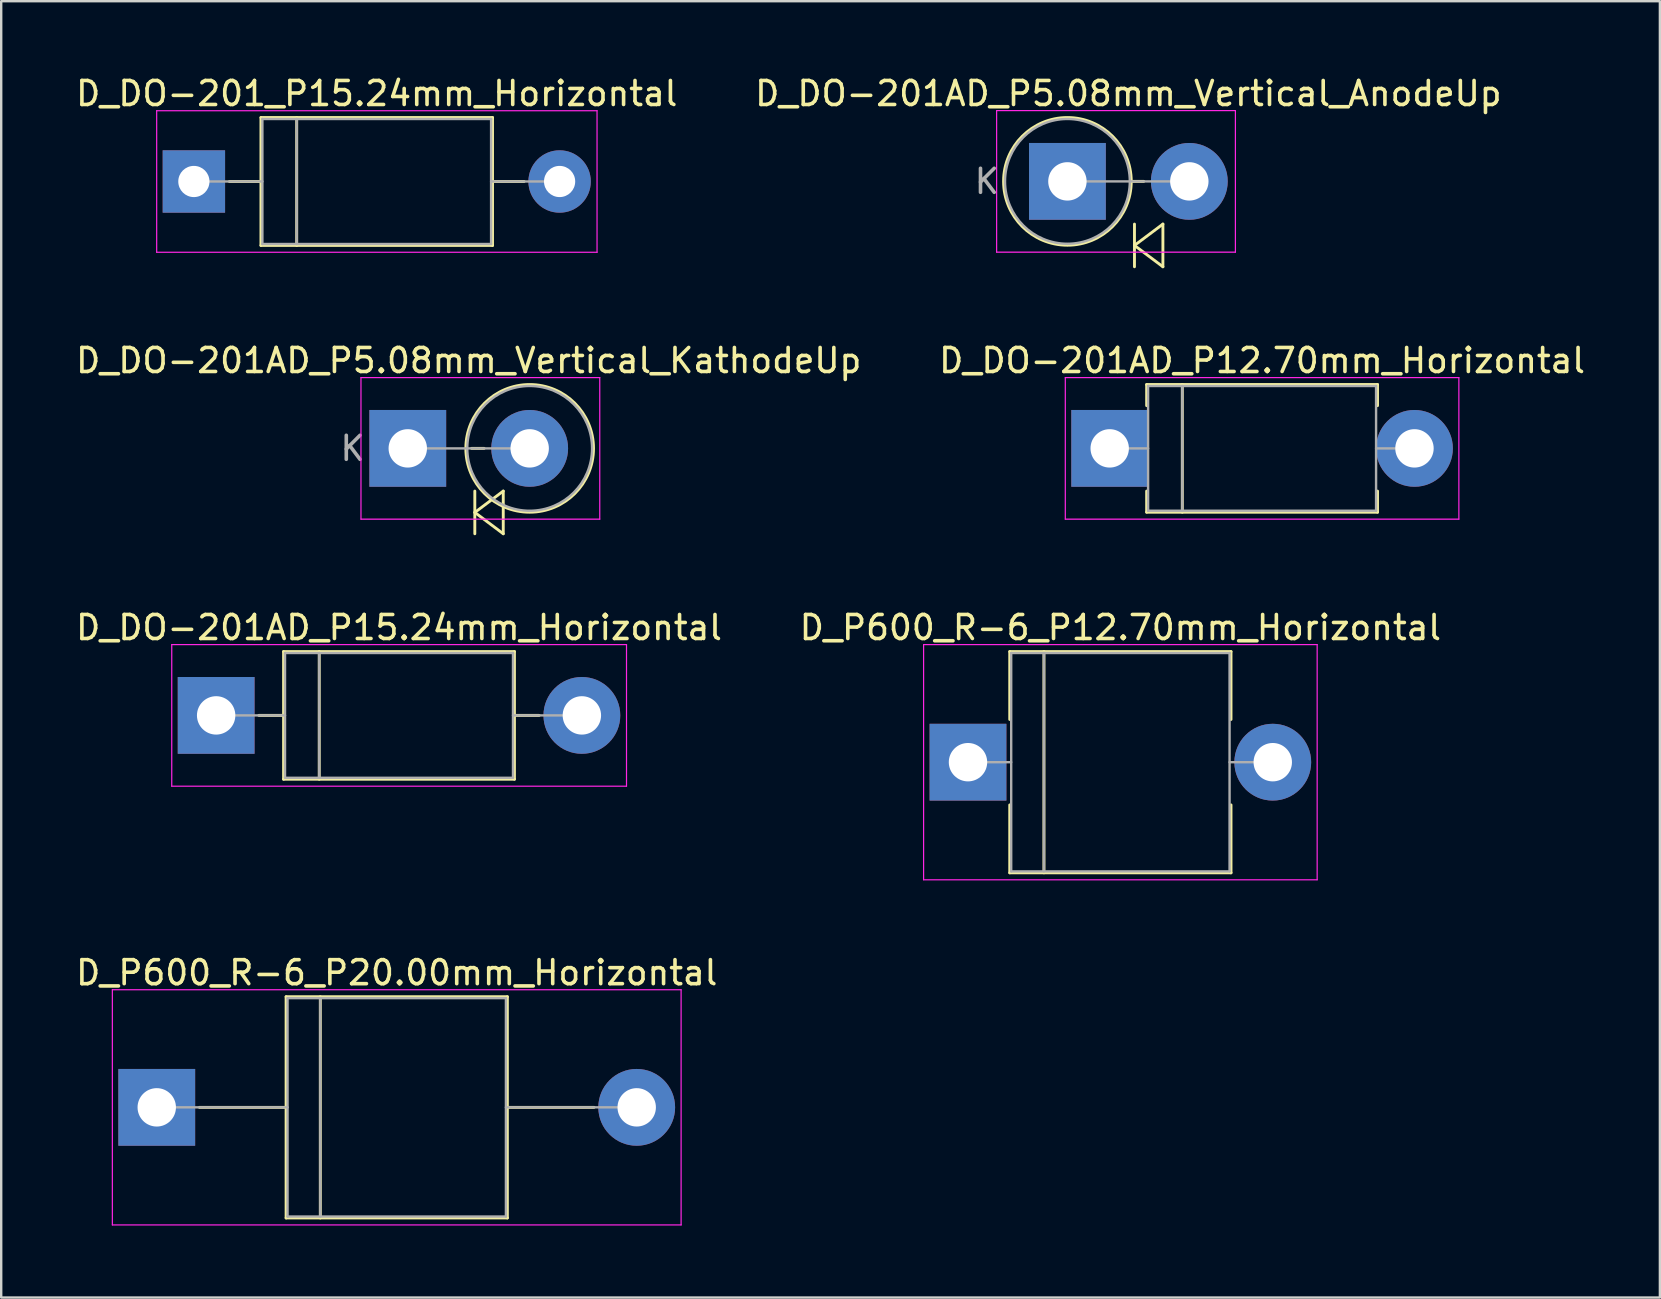
<source format=kicad_pcb>
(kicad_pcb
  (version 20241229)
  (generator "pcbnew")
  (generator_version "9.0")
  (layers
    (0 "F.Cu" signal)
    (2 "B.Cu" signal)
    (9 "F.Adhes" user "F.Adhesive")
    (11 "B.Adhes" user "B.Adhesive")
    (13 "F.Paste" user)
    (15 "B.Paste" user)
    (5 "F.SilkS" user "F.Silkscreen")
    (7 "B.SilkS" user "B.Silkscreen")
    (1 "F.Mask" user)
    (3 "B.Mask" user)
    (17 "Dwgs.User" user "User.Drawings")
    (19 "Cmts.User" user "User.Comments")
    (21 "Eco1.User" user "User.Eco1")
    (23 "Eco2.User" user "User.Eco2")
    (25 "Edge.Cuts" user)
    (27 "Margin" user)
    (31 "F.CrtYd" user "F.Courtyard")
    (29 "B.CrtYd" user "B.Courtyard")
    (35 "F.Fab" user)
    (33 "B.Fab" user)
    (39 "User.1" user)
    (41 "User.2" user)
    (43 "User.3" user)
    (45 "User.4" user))
  (footprint "D_P600_R-6_P20.00mm_Horizontal"
    (layer "F.Cu")
    (at 3.482 43.094)
    (property "Reference" "D_P600_R-6_P20.00mm_Horizontal" (at 10 -5.61 0) (layer "F.SilkS") (effects (font (size 1 1) (thickness 0.15))))
    (attr through_hole)
    (fp_line (start 1.78 0) (end 5.39 0) (stroke (width 0.12) (type solid)) (layer "F.SilkS"))
    (fp_line (start 5.39 -4.61) (end 5.39 4.61) (stroke (width 0.12) (type solid)) (layer "F.SilkS"))
    (fp_line (start 5.39 4.61) (end 14.61 4.61) (stroke (width 0.12) (type solid)) (layer "F.SilkS"))
    (fp_line (start 6.815 -4.61) (end 6.815 4.61) (stroke (width 0.12) (type solid)) (layer "F.SilkS"))
    (fp_line (start 14.61 -4.61) (end 5.39 -4.61) (stroke (width 0.12) (type solid)) (layer "F.SilkS"))
    (fp_line (start 14.61 4.61) (end 14.61 -4.61) (stroke (width 0.12) (type solid)) (layer "F.SilkS"))
    (fp_line (start 18.22 0) (end 14.61 0) (stroke (width 0.12) (type solid)) (layer "F.SilkS"))
    (fp_line (start -1.85 -4.9) (end -1.85 4.9) (stroke (width 0.05) (type solid)) (layer "F.CrtYd"))
    (fp_line (start -1.85 4.9) (end 21.85 4.9) (stroke (width 0.05) (type solid)) (layer "F.CrtYd"))
    (fp_line (start 21.85 -4.9) (end -1.85 -4.9) (stroke (width 0.05) (type solid)) (layer "F.CrtYd"))
    (fp_line (start 21.85 4.9) (end 21.85 -4.9) (stroke (width 0.05) (type solid)) (layer "F.CrtYd"))
    (fp_line (start 0 0) (end 5.45 0) (stroke (width 0.1) (type solid)) (layer "F.Fab"))
    (fp_line (start 5.45 -4.55) (end 5.45 4.55) (stroke (width 0.1) (type solid)) (layer "F.Fab"))
    (fp_line (start 5.45 4.55) (end 14.55 4.55) (stroke (width 0.1) (type solid)) (layer "F.Fab"))
    (fp_line (start 6.815 -4.55) (end 6.815 4.55) (stroke (width 0.1) (type solid)) (layer "F.Fab"))
    (fp_line (start 14.55 -4.55) (end 5.45 -4.55) (stroke (width 0.1) (type solid)) (layer "F.Fab"))
    (fp_line (start 14.55 4.55) (end 14.55 -4.55) (stroke (width 0.1) (type solid)) (layer "F.Fab"))
    (fp_line (start 20 0) (end 14.55 0) (stroke (width 0.1) (type solid)) (layer "F.Fab"))
    (pad "1" thru_hole rect (at 0 0) (size 3.2 3.2) (drill 1.6) (layers "*.Cu" "*.Mask"))
    (pad "2" thru_hole oval (at 20 0) (size 3.2 3.2) (drill 1.6) (layers "*.Cu" "*.Mask")))
  (footprint "D_DO-201AD_P5.08mm_Vertical_KathodeUp"
    (layer "F.Cu")
    (at 13.942 15.634)
    (property "Reference" "D_DO-201AD_P5.08mm_Vertical_KathodeUp" (at 2.54 -3.66 0) (layer "F.SilkS") (effects (font (size 1 1) (thickness 0.15))))
    (attr through_hole)
    (fp_line (start 2.66 0) (end 3.18 0) (stroke (width 0.12) (type solid)) (layer "F.SilkS"))
    (fp_line (start 2.794 1.78) (end 2.794 3.558) (stroke (width 0.12) (type solid)) (layer "F.SilkS"))
    (fp_line (start 2.794 2.669) (end 3.979 1.78) (stroke (width 0.12) (type solid)) (layer "F.SilkS"))
    (fp_line (start 3.979 1.78) (end 3.979 3.558) (stroke (width 0.12) (type solid)) (layer "F.SilkS"))
    (fp_line (start 3.979 3.558) (end 2.794 2.669) (stroke (width 0.12) (type solid)) (layer "F.SilkS"))
    (fp_circle (center 5.08 0) (end 7.74 0) (stroke (width 0.12) (type solid)) (fill no) (layer "F.SilkS"))
    (fp_line (start -1.95 -2.95) (end -1.95 2.95) (stroke (width 0.05) (type solid)) (layer "F.CrtYd"))
    (fp_line (start -1.95 2.95) (end 8 2.95) (stroke (width 0.05) (type solid)) (layer "F.CrtYd"))
    (fp_line (start 8 -2.95) (end -1.95 -2.95) (stroke (width 0.05) (type solid)) (layer "F.CrtYd"))
    (fp_line (start 8 2.95) (end 8 -2.95) (stroke (width 0.05) (type solid)) (layer "F.CrtYd"))
    (fp_line (start 0 0) (end 5.08 0) (stroke (width 0.1) (type solid)) (layer "F.Fab"))
    (fp_circle (center 5.08 0) (end 7.68 0) (stroke (width 0.1) (type solid)) (fill no) (layer "F.Fab"))
    (fp_text user "K" (at -2.3 0 0) (layer "F.Fab") (effects (font (size 1 1) (thickness 0.15))))
    (pad "1" thru_hole rect (at 0 0) (size 3.2 3.2) (drill 1.6) (layers "*.Cu" "*.Mask"))
    (pad "2" thru_hole oval (at 5.08 0) (size 3.2 3.2) (drill 1.6) (layers "*.Cu" "*.Mask")))
  (footprint "D_DO-201AD_P12.70mm_Horizontal"
    (layer "F.Cu")
    (at 43.192 15.634)
    (property "Reference" "D_DO-201AD_P12.70mm_Horizontal" (at 6.35 -3.66 0) (layer "F.SilkS") (effects (font (size 1 1) (thickness 0.15))))
    (attr through_hole)
    (fp_line (start 1.54 -2.66) (end 11.16 -2.66) (stroke (width 0.12) (type solid)) (layer "F.SilkS"))
    (fp_line (start 1.54 -1.78) (end 1.54 -2.66) (stroke (width 0.12) (type solid)) (layer "F.SilkS"))
    (fp_line (start 1.54 1.78) (end 1.54 2.66) (stroke (width 0.12) (type solid)) (layer "F.SilkS"))
    (fp_line (start 1.54 2.66) (end 11.16 2.66) (stroke (width 0.12) (type solid)) (layer "F.SilkS"))
    (fp_line (start 3.025 -2.66) (end 3.025 2.66) (stroke (width 0.12) (type solid)) (layer "F.SilkS"))
    (fp_line (start 11.16 -2.66) (end 11.16 -1.78) (stroke (width 0.12) (type solid)) (layer "F.SilkS"))
    (fp_line (start 11.16 2.66) (end 11.16 1.78) (stroke (width 0.12) (type solid)) (layer "F.SilkS"))
    (fp_line (start -1.85 -2.95) (end -1.85 2.95) (stroke (width 0.05) (type solid)) (layer "F.CrtYd"))
    (fp_line (start -1.85 2.95) (end 14.55 2.95) (stroke (width 0.05) (type solid)) (layer "F.CrtYd"))
    (fp_line (start 14.55 -2.95) (end -1.85 -2.95) (stroke (width 0.05) (type solid)) (layer "F.CrtYd"))
    (fp_line (start 14.55 2.95) (end 14.55 -2.95) (stroke (width 0.05) (type solid)) (layer "F.CrtYd"))
    (fp_line (start 0 0) (end 1.6 0) (stroke (width 0.1) (type solid)) (layer "F.Fab"))
    (fp_line (start 1.6 -2.6) (end 1.6 2.6) (stroke (width 0.1) (type solid)) (layer "F.Fab"))
    (fp_line (start 1.6 2.6) (end 11.1 2.6) (stroke (width 0.1) (type solid)) (layer "F.Fab"))
    (fp_line (start 3.025 -2.6) (end 3.025 2.6) (stroke (width 0.1) (type solid)) (layer "F.Fab"))
    (fp_line (start 11.1 -2.6) (end 1.6 -2.6) (stroke (width 0.1) (type solid)) (layer "F.Fab"))
    (fp_line (start 11.1 2.6) (end 11.1 -2.6) (stroke (width 0.1) (type solid)) (layer "F.Fab"))
    (fp_line (start 12.7 0) (end 11.1 0) (stroke (width 0.1) (type solid)) (layer "F.Fab"))
    (pad "1" thru_hole rect (at 0 0) (size 3.2 3.2) (drill 1.6) (layers "*.Cu" "*.Mask"))
    (pad "2" thru_hole oval (at 12.7 0) (size 3.2 3.2) (drill 1.6) (layers "*.Cu" "*.Mask")))
  (footprint "D_DO-201_P15.24mm_Horizontal"
    (layer "F.Cu")
    (at 5.029 4.513)
    (property "Reference" "D_DO-201_P15.24mm_Horizontal" (at 7.62 -3.665 0) (layer "F.SilkS") (effects (font (size 1 1) (thickness 0.15))))
    (attr through_hole)
    (fp_line (start 1.48 0) (end 2.795 0) (stroke (width 0.12) (type solid)) (layer "F.SilkS"))
    (fp_line (start 2.795 -2.665) (end 2.795 2.665) (stroke (width 0.12) (type solid)) (layer "F.SilkS"))
    (fp_line (start 2.795 2.665) (end 12.445 2.665) (stroke (width 0.12) (type solid)) (layer "F.SilkS"))
    (fp_line (start 4.285 -2.665) (end 4.285 2.665) (stroke (width 0.12) (type solid)) (layer "F.SilkS"))
    (fp_line (start 12.445 -2.665) (end 2.795 -2.665) (stroke (width 0.12) (type solid)) (layer "F.SilkS"))
    (fp_line (start 12.445 2.665) (end 12.445 -2.665) (stroke (width 0.12) (type solid)) (layer "F.SilkS"))
    (fp_line (start 13.76 0) (end 12.445 0) (stroke (width 0.12) (type solid)) (layer "F.SilkS"))
    (fp_line (start -1.55 -2.95) (end -1.55 2.95) (stroke (width 0.05) (type solid)) (layer "F.CrtYd"))
    (fp_line (start -1.55 2.95) (end 16.8 2.95) (stroke (width 0.05) (type solid)) (layer "F.CrtYd"))
    (fp_line (start 16.8 -2.95) (end -1.55 -2.95) (stroke (width 0.05) (type solid)) (layer "F.CrtYd"))
    (fp_line (start 16.8 2.95) (end 16.8 -2.95) (stroke (width 0.05) (type solid)) (layer "F.CrtYd"))
    (fp_line (start 0 0) (end 2.855 0) (stroke (width 0.1) (type solid)) (layer "F.Fab"))
    (fp_line (start 2.855 -2.605) (end 2.855 2.605) (stroke (width 0.1) (type solid)) (layer "F.Fab"))
    (fp_line (start 2.855 2.605) (end 12.385 2.605) (stroke (width 0.1) (type solid)) (layer "F.Fab"))
    (fp_line (start 4.285 -2.605) (end 4.285 2.605) (stroke (width 0.1) (type solid)) (layer "F.Fab"))
    (fp_line (start 12.385 -2.605) (end 2.855 -2.605) (stroke (width 0.1) (type solid)) (layer "F.Fab"))
    (fp_line (start 12.385 2.605) (end 12.385 -2.605) (stroke (width 0.1) (type solid)) (layer "F.Fab"))
    (fp_line (start 15.24 0) (end 12.385 0) (stroke (width 0.1) (type solid)) (layer "F.Fab"))
    (pad "1" thru_hole rect (at 0 0) (size 2.6 2.6) (drill 1.3) (layers "*.Cu" "*.Mask"))
    (pad "2" thru_hole oval (at 15.24 0) (size 2.6 2.6) (drill 1.3) (layers "*.Cu" "*.Mask")))
  (footprint "D_DO-201AD_P5.08mm_Vertical_AnodeUp"
    (layer "F.Cu")
    (at 41.43 4.508)
    (property "Reference" "D_DO-201AD_P5.08mm_Vertical_AnodeUp" (at 2.54 -3.66 0) (layer "F.SilkS") (effects (font (size 1 1) (thickness 0.15))))
    (attr through_hole)
    (fp_line (start 2.66 0) (end 3.18 0) (stroke (width 0.12) (type solid)) (layer "F.SilkS"))
    (fp_line (start 2.794 1.78) (end 2.794 3.558) (stroke (width 0.12) (type solid)) (layer "F.SilkS"))
    (fp_line (start 2.794 2.669) (end 3.979 1.78) (stroke (width 0.12) (type solid)) (layer "F.SilkS"))
    (fp_line (start 3.979 1.78) (end 3.979 3.558) (stroke (width 0.12) (type solid)) (layer "F.SilkS"))
    (fp_line (start 3.979 3.558) (end 2.794 2.669) (stroke (width 0.12) (type solid)) (layer "F.SilkS"))
    (fp_circle (center 0 0) (end 2.66 0) (stroke (width 0.12) (type solid)) (fill no) (layer "F.SilkS"))
    (fp_line (start -2.95 -2.95) (end -2.95 2.95) (stroke (width 0.05) (type solid)) (layer "F.CrtYd"))
    (fp_line (start -2.95 2.95) (end 7 2.95) (stroke (width 0.05) (type solid)) (layer "F.CrtYd"))
    (fp_line (start 7 -2.95) (end -2.95 -2.95) (stroke (width 0.05) (type solid)) (layer "F.CrtYd"))
    (fp_line (start 7 2.95) (end 7 -2.95) (stroke (width 0.05) (type solid)) (layer "F.CrtYd"))
    (fp_line (start 0 0) (end 5.08 0) (stroke (width 0.1) (type solid)) (layer "F.Fab"))
    (fp_circle (center 0 0) (end 2.6 0) (stroke (width 0.1) (type solid)) (fill no) (layer "F.Fab"))
    (fp_text user "K" (at -3.36 0 0) (layer "F.Fab") (effects (font (size 1 1) (thickness 0.15))))
    (pad "1" thru_hole rect (at 0 0) (size 3.2 3.2) (drill 1.6) (layers "*.Cu" "*.Mask"))
    (pad "2" thru_hole oval (at 5.08 0) (size 3.2 3.2) (drill 1.6) (layers "*.Cu" "*.Mask")))
  (footprint "D_P600_R-6_P12.70mm_Horizontal"
    (layer "F.Cu")
    (at 37.287 28.711)
    (property "Reference" "D_P600_R-6_P12.70mm_Horizontal" (at 6.35 -5.61 0) (layer "F.SilkS") (effects (font (size 1 1) (thickness 0.15))))
    (attr through_hole)
    (fp_line (start 1.74 -4.61) (end 10.96 -4.61) (stroke (width 0.12) (type solid)) (layer "F.SilkS"))
    (fp_line (start 1.74 -1.78) (end 1.74 -4.61) (stroke (width 0.12) (type solid)) (layer "F.SilkS"))
    (fp_line (start 1.74 1.78) (end 1.74 4.61) (stroke (width 0.12) (type solid)) (layer "F.SilkS"))
    (fp_line (start 1.74 4.61) (end 10.96 4.61) (stroke (width 0.12) (type solid)) (layer "F.SilkS"))
    (fp_line (start 3.165 -4.61) (end 3.165 4.61) (stroke (width 0.12) (type solid)) (layer "F.SilkS"))
    (fp_line (start 10.96 -4.61) (end 10.96 -1.78) (stroke (width 0.12) (type solid)) (layer "F.SilkS"))
    (fp_line (start 10.96 4.61) (end 10.96 1.78) (stroke (width 0.12) (type solid)) (layer "F.SilkS"))
    (fp_line (start -1.85 -4.9) (end -1.85 4.9) (stroke (width 0.05) (type solid)) (layer "F.CrtYd"))
    (fp_line (start -1.85 4.9) (end 14.55 4.9) (stroke (width 0.05) (type solid)) (layer "F.CrtYd"))
    (fp_line (start 14.55 -4.9) (end -1.85 -4.9) (stroke (width 0.05) (type solid)) (layer "F.CrtYd"))
    (fp_line (start 14.55 4.9) (end 14.55 -4.9) (stroke (width 0.05) (type solid)) (layer "F.CrtYd"))
    (fp_line (start 0 0) (end 1.8 0) (stroke (width 0.1) (type solid)) (layer "F.Fab"))
    (fp_line (start 1.8 -4.55) (end 1.8 4.55) (stroke (width 0.1) (type solid)) (layer "F.Fab"))
    (fp_line (start 1.8 4.55) (end 10.9 4.55) (stroke (width 0.1) (type solid)) (layer "F.Fab"))
    (fp_line (start 3.165 -4.55) (end 3.165 4.55) (stroke (width 0.1) (type solid)) (layer "F.Fab"))
    (fp_line (start 10.9 -4.55) (end 1.8 -4.55) (stroke (width 0.1) (type solid)) (layer "F.Fab"))
    (fp_line (start 10.9 4.55) (end 10.9 -4.55) (stroke (width 0.1) (type solid)) (layer "F.Fab"))
    (fp_line (start 12.7 0) (end 10.9 0) (stroke (width 0.1) (type solid)) (layer "F.Fab"))
    (pad "1" thru_hole rect (at 0 0) (size 3.2 3.2) (drill 1.6) (layers "*.Cu" "*.Mask"))
    (pad "2" thru_hole oval (at 12.7 0) (size 3.2 3.2) (drill 1.6) (layers "*.Cu" "*.Mask")))
  (footprint "D_DO-201AD_P15.24mm_Horizontal"
    (layer "F.Cu")
    (at 5.957 26.761)
    (property "Reference" "D_DO-201AD_P15.24mm_Horizontal" (at 7.62 -3.66 0) (layer "F.SilkS") (effects (font (size 1 1) (thickness 0.15))))
    (attr through_hole)
    (fp_line (start 1.78 0) (end 2.81 0) (stroke (width 0.12) (type solid)) (layer "F.SilkS"))
    (fp_line (start 2.81 -2.66) (end 2.81 2.66) (stroke (width 0.12) (type solid)) (layer "F.SilkS"))
    (fp_line (start 2.81 2.66) (end 12.43 2.66) (stroke (width 0.12) (type solid)) (layer "F.SilkS"))
    (fp_line (start 4.295 -2.66) (end 4.295 2.66) (stroke (width 0.12) (type solid)) (layer "F.SilkS"))
    (fp_line (start 12.43 -2.66) (end 2.81 -2.66) (stroke (width 0.12) (type solid)) (layer "F.SilkS"))
    (fp_line (start 12.43 2.66) (end 12.43 -2.66) (stroke (width 0.12) (type solid)) (layer "F.SilkS"))
    (fp_line (start 13.46 0) (end 12.43 0) (stroke (width 0.12) (type solid)) (layer "F.SilkS"))
    (fp_line (start -1.85 -2.95) (end -1.85 2.95) (stroke (width 0.05) (type solid)) (layer "F.CrtYd"))
    (fp_line (start -1.85 2.95) (end 17.1 2.95) (stroke (width 0.05) (type solid)) (layer "F.CrtYd"))
    (fp_line (start 17.1 -2.95) (end -1.85 -2.95) (stroke (width 0.05) (type solid)) (layer "F.CrtYd"))
    (fp_line (start 17.1 2.95) (end 17.1 -2.95) (stroke (width 0.05) (type solid)) (layer "F.CrtYd"))
    (fp_line (start 0 0) (end 2.87 0) (stroke (width 0.1) (type solid)) (layer "F.Fab"))
    (fp_line (start 2.87 -2.6) (end 2.87 2.6) (stroke (width 0.1) (type solid)) (layer "F.Fab"))
    (fp_line (start 2.87 2.6) (end 12.37 2.6) (stroke (width 0.1) (type solid)) (layer "F.Fab"))
    (fp_line (start 4.295 -2.6) (end 4.295 2.6) (stroke (width 0.1) (type solid)) (layer "F.Fab"))
    (fp_line (start 12.37 -2.6) (end 2.87 -2.6) (stroke (width 0.1) (type solid)) (layer "F.Fab"))
    (fp_line (start 12.37 2.6) (end 12.37 -2.6) (stroke (width 0.1) (type solid)) (layer "F.Fab"))
    (fp_line (start 15.24 0) (end 12.37 0) (stroke (width 0.1) (type solid)) (layer "F.Fab"))
    (pad "1" thru_hole rect (at 0 0) (size 3.2 3.2) (drill 1.6) (layers "*.Cu" "*.Mask"))
    (pad "2" thru_hole oval (at 15.24 0) (size 3.2 3.2) (drill 1.6) (layers "*.Cu" "*.Mask")))
  (gr_rect
    (start -3 -3)
    (end 66.119 51.019)
    (stroke (width 0.1) (type default))
    (fill no)
    (layer "Edge.Cuts")))
</source>
